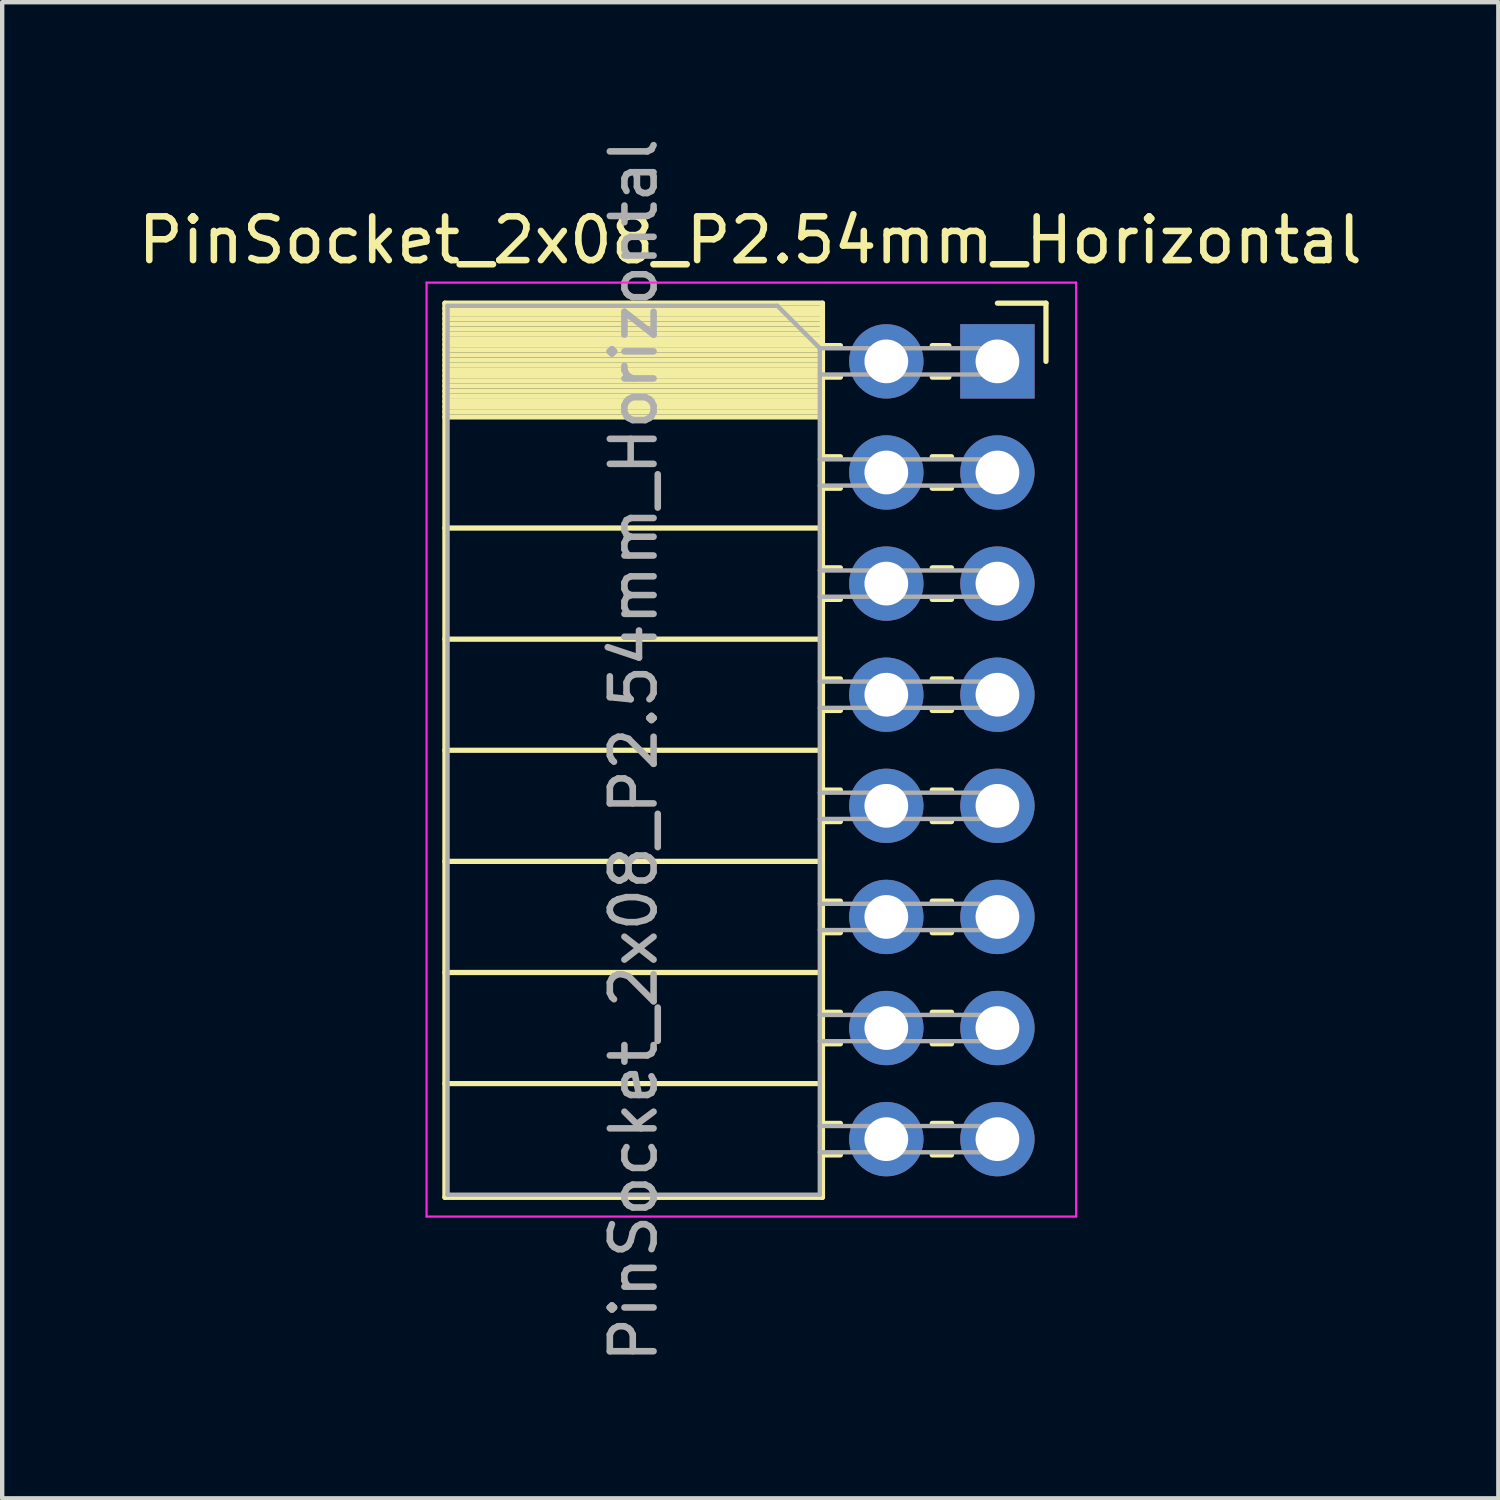
<source format=kicad_pcb>
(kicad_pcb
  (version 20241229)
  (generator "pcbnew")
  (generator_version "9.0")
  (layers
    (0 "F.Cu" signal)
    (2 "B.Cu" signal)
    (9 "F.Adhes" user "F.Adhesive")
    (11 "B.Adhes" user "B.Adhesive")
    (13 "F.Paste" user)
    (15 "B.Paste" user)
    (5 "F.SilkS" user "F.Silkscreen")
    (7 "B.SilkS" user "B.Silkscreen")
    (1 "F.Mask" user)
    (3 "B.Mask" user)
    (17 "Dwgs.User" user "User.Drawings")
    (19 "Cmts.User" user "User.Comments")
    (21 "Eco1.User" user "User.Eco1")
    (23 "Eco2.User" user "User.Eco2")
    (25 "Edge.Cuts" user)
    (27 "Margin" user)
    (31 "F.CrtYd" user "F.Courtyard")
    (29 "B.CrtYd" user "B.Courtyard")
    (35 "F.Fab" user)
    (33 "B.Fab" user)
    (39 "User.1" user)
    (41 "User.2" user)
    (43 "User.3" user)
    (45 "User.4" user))
  (footprint "PinSocket_2x08_P2.54mm_Horizontal"
    (layer "F.Cu")
    (at 19.751 5.211)
    (property "Reference" "PinSocket_2x08_P2.54mm_Horizontal" (at -5.65 -2.77 0) (layer "F.SilkS") (effects (font (size 1 1) (thickness 0.15))))
    (attr through_hole)
    (fp_line (start -12.63 -1.33) (end -12.63 19.11) (stroke (width 0.12) (type solid)) (layer "F.SilkS"))
    (fp_line (start -12.63 -1.33) (end -4 -1.33) (stroke (width 0.12) (type solid)) (layer "F.SilkS"))
    (fp_line (start -12.63 -1.21) (end -4 -1.21) (stroke (width 0.12) (type solid)) (layer "F.SilkS"))
    (fp_line (start -12.63 -1.092) (end -4 -1.092) (stroke (width 0.12) (type solid)) (layer "F.SilkS"))
    (fp_line (start -12.63 -0.974) (end -4 -0.974) (stroke (width 0.12) (type solid)) (layer "F.SilkS"))
    (fp_line (start -12.63 -0.856) (end -4 -0.856) (stroke (width 0.12) (type solid)) (layer "F.SilkS"))
    (fp_line (start -12.63 -0.738) (end -4 -0.738) (stroke (width 0.12) (type solid)) (layer "F.SilkS"))
    (fp_line (start -12.63 -0.62) (end -4 -0.62) (stroke (width 0.12) (type solid)) (layer "F.SilkS"))
    (fp_line (start -12.63 -0.501) (end -4 -0.501) (stroke (width 0.12) (type solid)) (layer "F.SilkS"))
    (fp_line (start -12.63 -0.383) (end -4 -0.383) (stroke (width 0.12) (type solid)) (layer "F.SilkS"))
    (fp_line (start -12.63 -0.265) (end -4 -0.265) (stroke (width 0.12) (type solid)) (layer "F.SilkS"))
    (fp_line (start -12.63 -0.147) (end -4 -0.147) (stroke (width 0.12) (type solid)) (layer "F.SilkS"))
    (fp_line (start -12.63 -0.029) (end -4 -0.029) (stroke (width 0.12) (type solid)) (layer "F.SilkS"))
    (fp_line (start -12.63 0.089) (end -4 0.089) (stroke (width 0.12) (type solid)) (layer "F.SilkS"))
    (fp_line (start -12.63 0.207) (end -4 0.207) (stroke (width 0.12) (type solid)) (layer "F.SilkS"))
    (fp_line (start -12.63 0.325) (end -4 0.325) (stroke (width 0.12) (type solid)) (layer "F.SilkS"))
    (fp_line (start -12.63 0.443) (end -4 0.443) (stroke (width 0.12) (type solid)) (layer "F.SilkS"))
    (fp_line (start -12.63 0.561) (end -4 0.561) (stroke (width 0.12) (type solid)) (layer "F.SilkS"))
    (fp_line (start -12.63 0.68) (end -4 0.68) (stroke (width 0.12) (type solid)) (layer "F.SilkS"))
    (fp_line (start -12.63 0.798) (end -4 0.798) (stroke (width 0.12) (type solid)) (layer "F.SilkS"))
    (fp_line (start -12.63 0.916) (end -4 0.916) (stroke (width 0.12) (type solid)) (layer "F.SilkS"))
    (fp_line (start -12.63 1.034) (end -4 1.034) (stroke (width 0.12) (type solid)) (layer "F.SilkS"))
    (fp_line (start -12.63 1.152) (end -4 1.152) (stroke (width 0.12) (type solid)) (layer "F.SilkS"))
    (fp_line (start -12.63 1.27) (end -4 1.27) (stroke (width 0.12) (type solid)) (layer "F.SilkS"))
    (fp_line (start -12.63 3.81) (end -4 3.81) (stroke (width 0.12) (type solid)) (layer "F.SilkS"))
    (fp_line (start -12.63 6.35) (end -4 6.35) (stroke (width 0.12) (type solid)) (layer "F.SilkS"))
    (fp_line (start -12.63 8.89) (end -4 8.89) (stroke (width 0.12) (type solid)) (layer "F.SilkS"))
    (fp_line (start -12.63 11.43) (end -4 11.43) (stroke (width 0.12) (type solid)) (layer "F.SilkS"))
    (fp_line (start -12.63 13.97) (end -4 13.97) (stroke (width 0.12) (type solid)) (layer "F.SilkS"))
    (fp_line (start -12.63 16.51) (end -4 16.51) (stroke (width 0.12) (type solid)) (layer "F.SilkS"))
    (fp_line (start -12.63 19.11) (end -4 19.11) (stroke (width 0.12) (type solid)) (layer "F.SilkS"))
    (fp_line (start -4 -1.33) (end -4 19.11) (stroke (width 0.12) (type solid)) (layer "F.SilkS"))
    (fp_line (start -4 -0.36) (end -3.59 -0.36) (stroke (width 0.12) (type solid)) (layer "F.SilkS"))
    (fp_line (start -4 0.36) (end -3.59 0.36) (stroke (width 0.12) (type solid)) (layer "F.SilkS"))
    (fp_line (start -4 2.18) (end -3.59 2.18) (stroke (width 0.12) (type solid)) (layer "F.SilkS"))
    (fp_line (start -4 2.9) (end -3.59 2.9) (stroke (width 0.12) (type solid)) (layer "F.SilkS"))
    (fp_line (start -4 4.72) (end -3.59 4.72) (stroke (width 0.12) (type solid)) (layer "F.SilkS"))
    (fp_line (start -4 5.44) (end -3.59 5.44) (stroke (width 0.12) (type solid)) (layer "F.SilkS"))
    (fp_line (start -4 7.26) (end -3.59 7.26) (stroke (width 0.12) (type solid)) (layer "F.SilkS"))
    (fp_line (start -4 7.98) (end -3.59 7.98) (stroke (width 0.12) (type solid)) (layer "F.SilkS"))
    (fp_line (start -4 9.8) (end -3.59 9.8) (stroke (width 0.12) (type solid)) (layer "F.SilkS"))
    (fp_line (start -4 10.52) (end -3.59 10.52) (stroke (width 0.12) (type solid)) (layer "F.SilkS"))
    (fp_line (start -4 12.34) (end -3.59 12.34) (stroke (width 0.12) (type solid)) (layer "F.SilkS"))
    (fp_line (start -4 13.06) (end -3.59 13.06) (stroke (width 0.12) (type solid)) (layer "F.SilkS"))
    (fp_line (start -4 14.88) (end -3.59 14.88) (stroke (width 0.12) (type solid)) (layer "F.SilkS"))
    (fp_line (start -4 15.6) (end -3.59 15.6) (stroke (width 0.12) (type solid)) (layer "F.SilkS"))
    (fp_line (start -4 17.42) (end -3.59 17.42) (stroke (width 0.12) (type solid)) (layer "F.SilkS"))
    (fp_line (start -4 18.14) (end -3.59 18.14) (stroke (width 0.12) (type solid)) (layer "F.SilkS"))
    (fp_line (start -1.49 -0.36) (end -1.11 -0.36) (stroke (width 0.12) (type solid)) (layer "F.SilkS"))
    (fp_line (start -1.49 0.36) (end -1.11 0.36) (stroke (width 0.12) (type solid)) (layer "F.SilkS"))
    (fp_line (start -1.49 2.18) (end -1.05 2.18) (stroke (width 0.12) (type solid)) (layer "F.SilkS"))
    (fp_line (start -1.49 2.9) (end -1.05 2.9) (stroke (width 0.12) (type solid)) (layer "F.SilkS"))
    (fp_line (start -1.49 4.72) (end -1.05 4.72) (stroke (width 0.12) (type solid)) (layer "F.SilkS"))
    (fp_line (start -1.49 5.44) (end -1.05 5.44) (stroke (width 0.12) (type solid)) (layer "F.SilkS"))
    (fp_line (start -1.49 7.26) (end -1.05 7.26) (stroke (width 0.12) (type solid)) (layer "F.SilkS"))
    (fp_line (start -1.49 7.98) (end -1.05 7.98) (stroke (width 0.12) (type solid)) (layer "F.SilkS"))
    (fp_line (start -1.49 9.8) (end -1.05 9.8) (stroke (width 0.12) (type solid)) (layer "F.SilkS"))
    (fp_line (start -1.49 10.52) (end -1.05 10.52) (stroke (width 0.12) (type solid)) (layer "F.SilkS"))
    (fp_line (start -1.49 12.34) (end -1.05 12.34) (stroke (width 0.12) (type solid)) (layer "F.SilkS"))
    (fp_line (start -1.49 13.06) (end -1.05 13.06) (stroke (width 0.12) (type solid)) (layer "F.SilkS"))
    (fp_line (start -1.49 14.88) (end -1.05 14.88) (stroke (width 0.12) (type solid)) (layer "F.SilkS"))
    (fp_line (start -1.49 15.6) (end -1.05 15.6) (stroke (width 0.12) (type solid)) (layer "F.SilkS"))
    (fp_line (start -1.49 17.42) (end -1.05 17.42) (stroke (width 0.12) (type solid)) (layer "F.SilkS"))
    (fp_line (start -1.49 18.14) (end -1.05 18.14) (stroke (width 0.12) (type solid)) (layer "F.SilkS"))
    (fp_line (start 0 -1.33) (end 1.11 -1.33) (stroke (width 0.12) (type solid)) (layer "F.SilkS"))
    (fp_line (start 1.11 -1.33) (end 1.11 0) (stroke (width 0.12) (type solid)) (layer "F.SilkS"))
    (fp_line (start -13.05 -1.8) (end -13.05 19.55) (stroke (width 0.05) (type solid)) (layer "F.CrtYd"))
    (fp_line (start -13.05 19.55) (end 1.8 19.55) (stroke (width 0.05) (type solid)) (layer "F.CrtYd"))
    (fp_line (start 1.8 -1.8) (end -13.05 -1.8) (stroke (width 0.05) (type solid)) (layer "F.CrtYd"))
    (fp_line (start 1.8 19.55) (end 1.8 -1.8) (stroke (width 0.05) (type solid)) (layer "F.CrtYd"))
    (fp_line (start -12.57 -1.27) (end -5.03 -1.27) (stroke (width 0.1) (type solid)) (layer "F.Fab"))
    (fp_line (start -12.57 19.05) (end -12.57 -1.27) (stroke (width 0.1) (type solid)) (layer "F.Fab"))
    (fp_line (start -5.03 -1.27) (end -4.06 -0.3) (stroke (width 0.1) (type solid)) (layer "F.Fab"))
    (fp_line (start -4.06 -0.3) (end -4.06 19.05) (stroke (width 0.1) (type solid)) (layer "F.Fab"))
    (fp_line (start -4.06 0.3) (end 0 0.3) (stroke (width 0.1) (type solid)) (layer "F.Fab"))
    (fp_line (start -4.06 2.84) (end 0 2.84) (stroke (width 0.1) (type solid)) (layer "F.Fab"))
    (fp_line (start -4.06 5.38) (end 0 5.38) (stroke (width 0.1) (type solid)) (layer "F.Fab"))
    (fp_line (start -4.06 7.92) (end 0 7.92) (stroke (width 0.1) (type solid)) (layer "F.Fab"))
    (fp_line (start -4.06 10.46) (end 0 10.46) (stroke (width 0.1) (type solid)) (layer "F.Fab"))
    (fp_line (start -4.06 13) (end 0 13) (stroke (width 0.1) (type solid)) (layer "F.Fab"))
    (fp_line (start -4.06 15.54) (end 0 15.54) (stroke (width 0.1) (type solid)) (layer "F.Fab"))
    (fp_line (start -4.06 18.08) (end 0 18.08) (stroke (width 0.1) (type solid)) (layer "F.Fab"))
    (fp_line (start -4.06 19.05) (end -12.57 19.05) (stroke (width 0.1) (type solid)) (layer "F.Fab"))
    (fp_line (start 0 -0.3) (end -4.06 -0.3) (stroke (width 0.1) (type solid)) (layer "F.Fab"))
    (fp_line (start 0 0.3) (end 0 -0.3) (stroke (width 0.1) (type solid)) (layer "F.Fab"))
    (fp_line (start 0 2.24) (end -4.06 2.24) (stroke (width 0.1) (type solid)) (layer "F.Fab"))
    (fp_line (start 0 2.84) (end 0 2.24) (stroke (width 0.1) (type solid)) (layer "F.Fab"))
    (fp_line (start 0 4.78) (end -4.06 4.78) (stroke (width 0.1) (type solid)) (layer "F.Fab"))
    (fp_line (start 0 5.38) (end 0 4.78) (stroke (width 0.1) (type solid)) (layer "F.Fab"))
    (fp_line (start 0 7.32) (end -4.06 7.32) (stroke (width 0.1) (type solid)) (layer "F.Fab"))
    (fp_line (start 0 7.92) (end 0 7.32) (stroke (width 0.1) (type solid)) (layer "F.Fab"))
    (fp_line (start 0 9.86) (end -4.06 9.86) (stroke (width 0.1) (type solid)) (layer "F.Fab"))
    (fp_line (start 0 10.46) (end 0 9.86) (stroke (width 0.1) (type solid)) (layer "F.Fab"))
    (fp_line (start 0 12.4) (end -4.06 12.4) (stroke (width 0.1) (type solid)) (layer "F.Fab"))
    (fp_line (start 0 13) (end 0 12.4) (stroke (width 0.1) (type solid)) (layer "F.Fab"))
    (fp_line (start 0 14.94) (end -4.06 14.94) (stroke (width 0.1) (type solid)) (layer "F.Fab"))
    (fp_line (start 0 15.54) (end 0 14.94) (stroke (width 0.1) (type solid)) (layer "F.Fab"))
    (fp_line (start 0 17.48) (end -4.06 17.48) (stroke (width 0.1) (type solid)) (layer "F.Fab"))
    (fp_line (start 0 18.08) (end 0 17.48) (stroke (width 0.1) (type solid)) (layer "F.Fab"))
    (fp_text user "${REFERENCE}" (at -8.315 8.89 90) (layer "F.Fab") (effects (font (size 1 1) (thickness 0.15))))
    (pad "1" thru_hole rect (at 0 0) (size 1.7 1.7) (drill 1) (layers "*.Cu" "*.Mask"))
    (pad "2" thru_hole circle (at -2.54 0) (size 1.7 1.7) (drill 1) (layers "*.Cu" "*.Mask"))
    (pad "3" thru_hole circle (at 0 2.54) (size 1.7 1.7) (drill 1) (layers "*.Cu" "*.Mask"))
    (pad "4" thru_hole circle (at -2.54 2.54) (size 1.7 1.7) (drill 1) (layers "*.Cu" "*.Mask"))
    (pad "5" thru_hole circle (at 0 5.08) (size 1.7 1.7) (drill 1) (layers "*.Cu" "*.Mask"))
    (pad "6" thru_hole circle (at -2.54 5.08) (size 1.7 1.7) (drill 1) (layers "*.Cu" "*.Mask"))
    (pad "7" thru_hole circle (at 0 7.62) (size 1.7 1.7) (drill 1) (layers "*.Cu" "*.Mask"))
    (pad "8" thru_hole circle (at -2.54 7.62) (size 1.7 1.7) (drill 1) (layers "*.Cu" "*.Mask"))
    (pad "9" thru_hole circle (at 0 10.16) (size 1.7 1.7) (drill 1) (layers "*.Cu" "*.Mask"))
    (pad "10" thru_hole circle (at -2.54 10.16) (size 1.7 1.7) (drill 1) (layers "*.Cu" "*.Mask"))
    (pad "11" thru_hole circle (at 0 12.7) (size 1.7 1.7) (drill 1) (layers "*.Cu" "*.Mask"))
    (pad "12" thru_hole circle (at -2.54 12.7) (size 1.7 1.7) (drill 1) (layers "*.Cu" "*.Mask"))
    (pad "13" thru_hole circle (at 0 15.24) (size 1.7 1.7) (drill 1) (layers "*.Cu" "*.Mask"))
    (pad "14" thru_hole circle (at -2.54 15.24) (size 1.7 1.7) (drill 1) (layers "*.Cu" "*.Mask"))
    (pad "15" thru_hole circle (at 0 17.78) (size 1.7 1.7) (drill 1) (layers "*.Cu" "*.Mask"))
    (pad "16" thru_hole circle (at -2.54 17.78) (size 1.7 1.7) (drill 1) (layers "*.Cu" "*.Mask")))
  (gr_rect
    (start -3 -3)
    (end 31.202 31.202)
    (stroke (width 0.1) (type default))
    (fill no)
    (layer "Edge.Cuts")))
</source>
